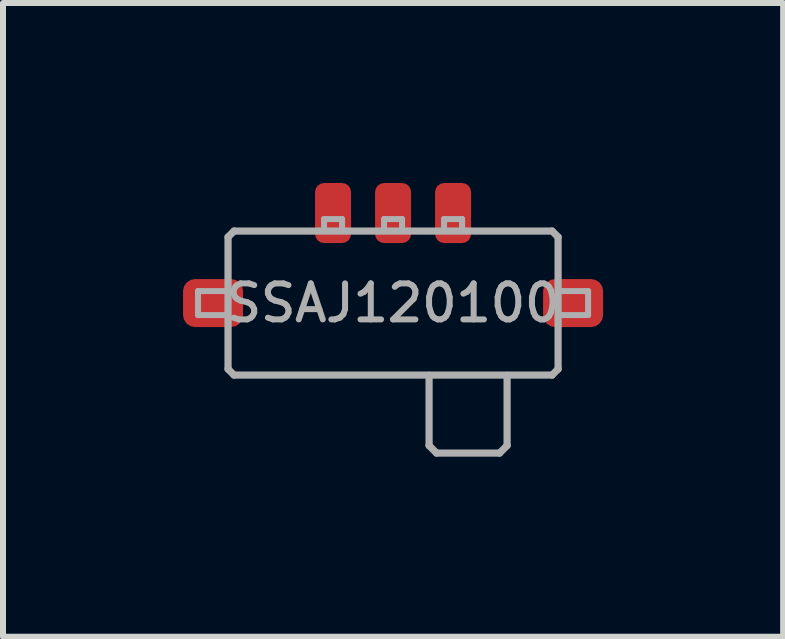
<source format=kicad_pcb>
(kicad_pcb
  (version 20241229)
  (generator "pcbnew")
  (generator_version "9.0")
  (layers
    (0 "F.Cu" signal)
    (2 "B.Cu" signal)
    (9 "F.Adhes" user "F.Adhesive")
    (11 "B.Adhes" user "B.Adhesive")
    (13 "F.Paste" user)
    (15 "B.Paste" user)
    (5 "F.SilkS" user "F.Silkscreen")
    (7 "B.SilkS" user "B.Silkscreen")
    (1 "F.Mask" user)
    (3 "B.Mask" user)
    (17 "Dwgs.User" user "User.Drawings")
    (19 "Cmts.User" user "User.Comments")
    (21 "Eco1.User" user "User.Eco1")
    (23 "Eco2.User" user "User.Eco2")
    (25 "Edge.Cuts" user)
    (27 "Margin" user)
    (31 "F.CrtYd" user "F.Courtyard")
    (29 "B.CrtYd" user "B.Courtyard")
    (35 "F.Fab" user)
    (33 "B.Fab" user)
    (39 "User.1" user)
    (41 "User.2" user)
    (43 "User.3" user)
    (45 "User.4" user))
  (footprint "SSAJ120100"
    (layer "F.Cu")
    (at 3.5 2)
    (property "Reference" "SSAJ120100" (at 0 0 0) (layer "F.Fab") (effects (font (size 0.6 0.6) (thickness 0.1))))
    (attr smd)
    (fp_line (start -3.25 -0.2) (end -3.25 0.2) (stroke (width 0.1) (type solid)) (layer "F.Fab"))
    (fp_line (start -3.25 0.2) (end -2.75 0.2) (stroke (width 0.1) (type solid)) (layer "F.Fab"))
    (fp_line (start -2.75 -0.2) (end -3.25 -0.2) (stroke (width 0.1) (type solid)) (layer "F.Fab"))
    (fp_line (start -2.75 1.1) (end -2.75 -1.1) (stroke (width 0.12) (type solid)) (layer "F.Fab"))
    (fp_line (start -2.65 -1.2) (end -2.75 -1.1) (stroke (width 0.12) (type solid)) (layer "F.Fab"))
    (fp_line (start -2.65 -1.2) (end 2.65 -1.2) (stroke (width 0.12) (type solid)) (layer "F.Fab"))
    (fp_line (start -2.65 1.2) (end -2.75 1.1) (stroke (width 0.12) (type solid)) (layer "F.Fab"))
    (fp_line (start -2.65 1.2) (end 2.65 1.2) (stroke (width 0.12) (type solid)) (layer "F.Fab"))
    (fp_line (start -1.15 -1.4) (end -0.85 -1.4) (stroke (width 0.1) (type solid)) (layer "F.Fab"))
    (fp_line (start -1.15 -1.2) (end -1.15 -1.4) (stroke (width 0.1) (type solid)) (layer "F.Fab"))
    (fp_line (start -0.85 -1.4) (end -0.85 -1.2) (stroke (width 0.1) (type solid)) (layer "F.Fab"))
    (fp_line (start -0.15 -1.4) (end 0.15 -1.4) (stroke (width 0.1) (type solid)) (layer "F.Fab"))
    (fp_line (start -0.15 -1.2) (end -0.15 -1.4) (stroke (width 0.1) (type solid)) (layer "F.Fab"))
    (fp_line (start 0.15 -1.4) (end 0.15 -1.2) (stroke (width 0.1) (type solid)) (layer "F.Fab"))
    (fp_line (start 0.6 1.205) (end 0.6 2.375) (stroke (width 0.12) (type solid)) (layer "F.Fab"))
    (fp_line (start 0.6 2.375) (end 0.725 2.5) (stroke (width 0.12) (type solid)) (layer "F.Fab"))
    (fp_line (start 0.725 2.5) (end 1.775 2.5) (stroke (width 0.12) (type solid)) (layer "F.Fab"))
    (fp_line (start 0.85 -1.4) (end 1.15 -1.4) (stroke (width 0.1) (type solid)) (layer "F.Fab"))
    (fp_line (start 0.85 -1.2) (end 0.85 -1.4) (stroke (width 0.1) (type solid)) (layer "F.Fab"))
    (fp_line (start 1.15 -1.4) (end 1.15 -1.2) (stroke (width 0.1) (type solid)) (layer "F.Fab"))
    (fp_line (start 1.775 2.5) (end 1.9 2.375) (stroke (width 0.12) (type solid)) (layer "F.Fab"))
    (fp_line (start 1.9 2.375) (end 1.9 1.205) (stroke (width 0.12) (type solid)) (layer "F.Fab"))
    (fp_line (start 2.65 -1.2) (end 2.75 -1.1) (stroke (width 0.12) (type solid)) (layer "F.Fab"))
    (fp_line (start 2.65 1.2) (end 2.75 1.1) (stroke (width 0.12) (type solid)) (layer "F.Fab"))
    (fp_line (start 2.75 -0.2) (end 3.25 -0.2) (stroke (width 0.1) (type solid)) (layer "F.Fab"))
    (fp_line (start 2.75 1.1) (end 2.75 -1.1) (stroke (width 0.12) (type solid)) (layer "F.Fab"))
    (fp_line (start 3.25 -0.2) (end 3.25 0.2) (stroke (width 0.1) (type solid)) (layer "F.Fab"))
    (fp_line (start 3.25 0.2) (end 2.75 0.2) (stroke (width 0.1) (type solid)) (layer "F.Fab"))
    (pad "" smd roundrect (at -3 0) (size 1 0.8) (layers "F.Cu" "F.Mask" "F.Paste") (roundrect_rratio 0.25))
    (pad "" smd roundrect (at 3 0) (size 1 0.8) (layers "F.Cu" "F.Mask" "F.Paste") (roundrect_rratio 0.25))
    (pad "1" smd roundrect (at -1 -1.5) (size 0.6 1) (layers "F.Cu" "F.Mask" "F.Paste") (roundrect_rratio 0.25))
    (pad "2" smd roundrect (at 0 -1.5) (size 0.6 1) (layers "F.Cu" "F.Mask" "F.Paste") (roundrect_rratio 0.25))
    (pad "3" smd roundrect (at 1 -1.5) (size 0.6 1) (layers "F.Cu" "F.Mask" "F.Paste") (roundrect_rratio 0.25)))
  (gr_rect
    (start -3 -3)
    (end 10 7.56)
    (stroke (width 0.1) (type default))
    (fill no)
    (layer "Edge.Cuts")))
</source>
